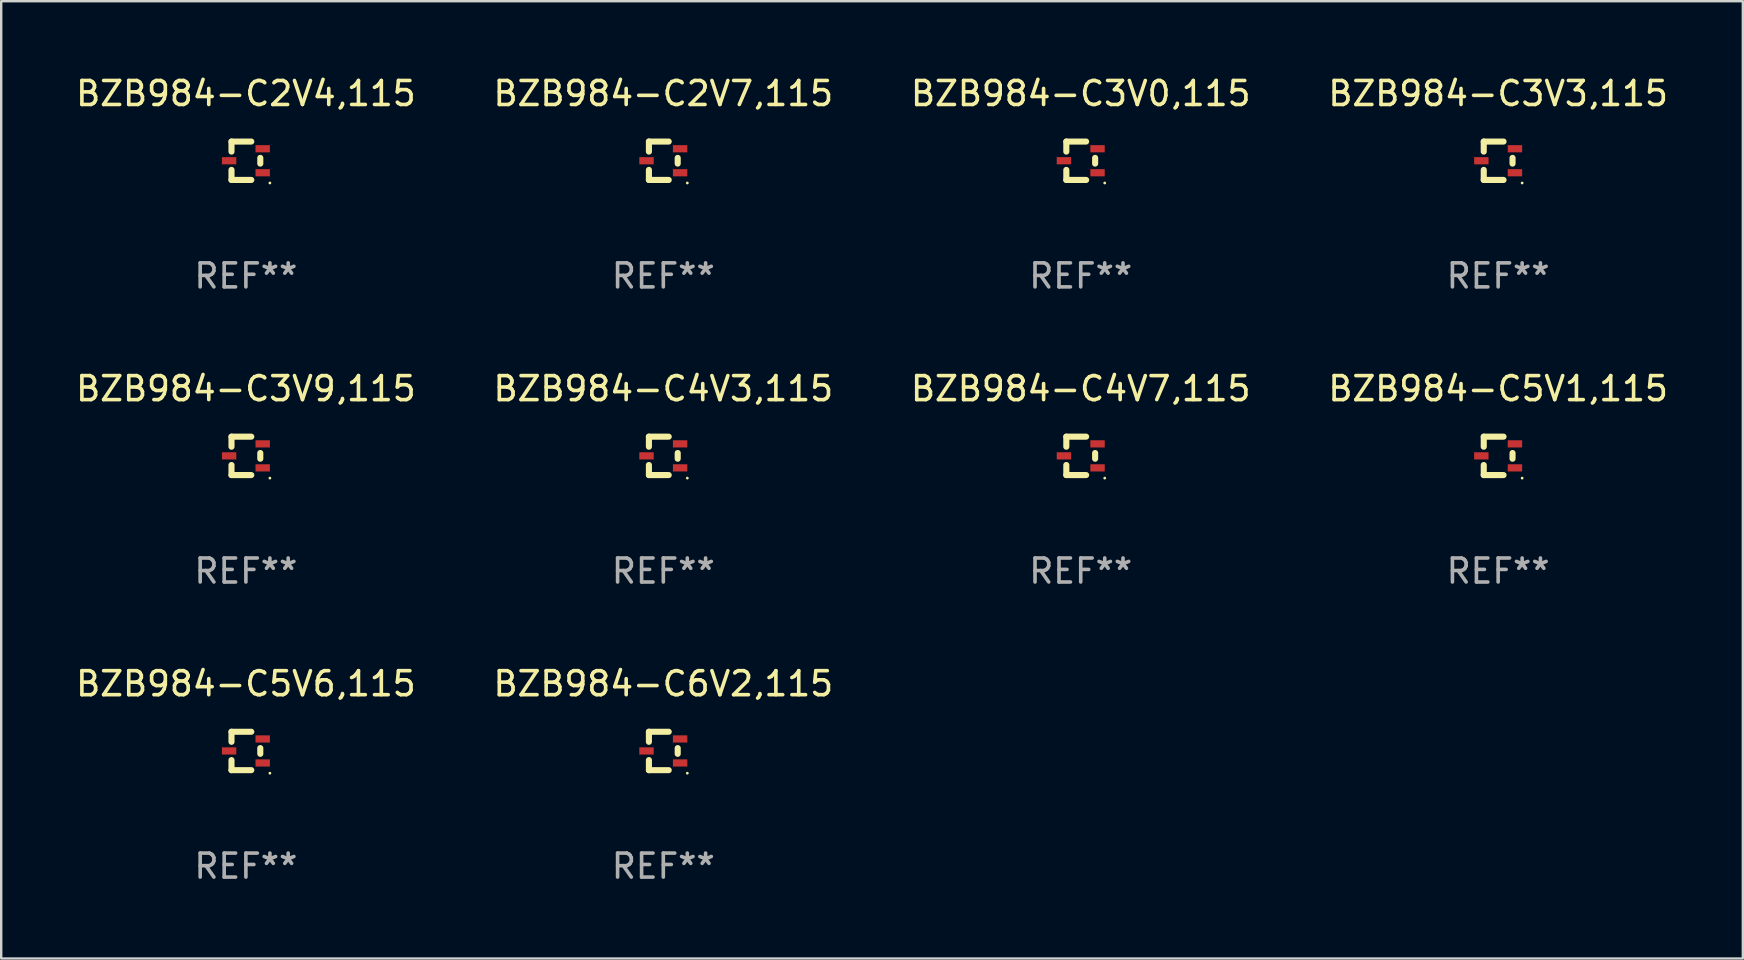
<source format=kicad_pcb>
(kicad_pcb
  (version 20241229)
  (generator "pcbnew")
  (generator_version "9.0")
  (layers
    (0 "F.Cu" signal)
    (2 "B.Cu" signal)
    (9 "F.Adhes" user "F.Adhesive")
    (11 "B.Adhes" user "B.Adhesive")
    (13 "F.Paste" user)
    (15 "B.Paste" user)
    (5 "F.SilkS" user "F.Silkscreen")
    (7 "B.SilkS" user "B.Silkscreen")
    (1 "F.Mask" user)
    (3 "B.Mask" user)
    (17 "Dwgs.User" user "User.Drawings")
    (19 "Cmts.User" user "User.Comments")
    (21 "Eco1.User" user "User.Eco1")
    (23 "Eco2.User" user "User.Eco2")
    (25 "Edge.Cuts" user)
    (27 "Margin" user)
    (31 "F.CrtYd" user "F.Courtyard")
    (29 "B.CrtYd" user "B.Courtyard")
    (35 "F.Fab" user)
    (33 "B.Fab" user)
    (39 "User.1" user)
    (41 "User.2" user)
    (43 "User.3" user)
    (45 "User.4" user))
  (footprint "BZB984-C3V3,115"
    (layer "F.Cu")
    (at 59.375 3.648)
    (property "Reference" "BZB984-C3V3,115" (at 0 -2.8 0) (layer "F.SilkS") (effects (font (size 1 1) (thickness 0.15))))
    (attr through_hole)
    (fp_line (start -0.6 -0.8) (end -0.6 -0.381) (stroke (width 0.254) (type solid)) (layer "F.SilkS"))
    (fp_line (start -0.6 -0.8) (end 0.225 -0.8) (stroke (width 0.254) (type solid)) (layer "F.SilkS"))
    (fp_line (start -0.6 0.381) (end -0.6 0.8) (stroke (width 0.254) (type solid)) (layer "F.SilkS"))
    (fp_line (start -0.6 0.8) (end 0.225 0.8) (stroke (width 0.254) (type solid)) (layer "F.SilkS"))
    (fp_line (start 0.6 -0.119) (end 0.6 0.119) (stroke (width 0.254) (type solid)) (layer "F.SilkS"))
    (fp_circle (center 1 0.927) (end 1.03 0.927) (stroke (width 0.06) (type solid)) (fill no) (layer "F.SilkS"))
    (fp_text user "REF**" (at 0 4.8 0) (layer "F.Fab") (effects (font (size 1 1) (thickness 0.15))))
    (pad "1" smd rect (at 0.7 0.5 180) (size 0.6 0.3) (layers "F.Cu" "F.Mask" "F.Paste"))
    (pad "2" smd rect (at 0.7 -0.5 180) (size 0.6 0.3) (layers "F.Cu" "F.Mask" "F.Paste"))
    (pad "3" smd rect (at -0.7 -0.000051 180) (size 0.6 0.3) (layers "F.Cu" "F.Mask" "F.Paste")))
  (footprint "BZB984-C3V0,115"
    (layer "F.Cu")
    (at 41.982 3.648)
    (property "Reference" "BZB984-C3V0,115" (at 0 -2.8 0) (layer "F.SilkS") (effects (font (size 1 1) (thickness 0.15))))
    (attr through_hole)
    (fp_line (start -0.6 -0.8) (end -0.6 -0.381) (stroke (width 0.254) (type solid)) (layer "F.SilkS"))
    (fp_line (start -0.6 -0.8) (end 0.225 -0.8) (stroke (width 0.254) (type solid)) (layer "F.SilkS"))
    (fp_line (start -0.6 0.381) (end -0.6 0.8) (stroke (width 0.254) (type solid)) (layer "F.SilkS"))
    (fp_line (start -0.6 0.8) (end 0.225 0.8) (stroke (width 0.254) (type solid)) (layer "F.SilkS"))
    (fp_line (start 0.6 -0.119) (end 0.6 0.119) (stroke (width 0.254) (type solid)) (layer "F.SilkS"))
    (fp_circle (center 1 0.927) (end 1.03 0.927) (stroke (width 0.06) (type solid)) (fill no) (layer "F.SilkS"))
    (fp_text user "REF**" (at 0 4.8 0) (layer "F.Fab") (effects (font (size 1 1) (thickness 0.15))))
    (pad "1" smd rect (at 0.7 0.5 180) (size 0.6 0.3) (layers "F.Cu" "F.Mask" "F.Paste"))
    (pad "2" smd rect (at 0.7 -0.5 180) (size 0.6 0.3) (layers "F.Cu" "F.Mask" "F.Paste"))
    (pad "3" smd rect (at -0.7 -0.000051 180) (size 0.6 0.3) (layers "F.Cu" "F.Mask" "F.Paste")))
  (footprint "BZB984-C4V3,115"
    (layer "F.Cu")
    (at 24.589 15.945)
    (property "Reference" "BZB984-C4V3,115" (at 0 -2.8 0) (layer "F.SilkS") (effects (font (size 1 1) (thickness 0.15))))
    (attr through_hole)
    (fp_line (start -0.6 -0.8) (end -0.6 -0.381) (stroke (width 0.254) (type solid)) (layer "F.SilkS"))
    (fp_line (start -0.6 -0.8) (end 0.225 -0.8) (stroke (width 0.254) (type solid)) (layer "F.SilkS"))
    (fp_line (start -0.6 0.381) (end -0.6 0.8) (stroke (width 0.254) (type solid)) (layer "F.SilkS"))
    (fp_line (start -0.6 0.8) (end 0.225 0.8) (stroke (width 0.254) (type solid)) (layer "F.SilkS"))
    (fp_line (start 0.6 -0.119) (end 0.6 0.119) (stroke (width 0.254) (type solid)) (layer "F.SilkS"))
    (fp_circle (center 1 0.927) (end 1.03 0.927) (stroke (width 0.06) (type solid)) (fill no) (layer "F.SilkS"))
    (fp_text user "REF**" (at 0 4.8 0) (layer "F.Fab") (effects (font (size 1 1) (thickness 0.15))))
    (pad "1" smd rect (at 0.7 0.5 180) (size 0.6 0.3) (layers "F.Cu" "F.Mask" "F.Paste"))
    (pad "2" smd rect (at 0.7 -0.5 180) (size 0.6 0.3) (layers "F.Cu" "F.Mask" "F.Paste"))
    (pad "3" smd rect (at -0.7 -0.000051 180) (size 0.6 0.3) (layers "F.Cu" "F.Mask" "F.Paste")))
  (footprint "BZB984-C3V9,115"
    (layer "F.Cu")
    (at 7.196 15.945)
    (property "Reference" "BZB984-C3V9,115" (at 0 -2.8 0) (layer "F.SilkS") (effects (font (size 1 1) (thickness 0.15))))
    (attr through_hole)
    (fp_line (start -0.6 -0.8) (end -0.6 -0.381) (stroke (width 0.254) (type solid)) (layer "F.SilkS"))
    (fp_line (start -0.6 -0.8) (end 0.225 -0.8) (stroke (width 0.254) (type solid)) (layer "F.SilkS"))
    (fp_line (start -0.6 0.381) (end -0.6 0.8) (stroke (width 0.254) (type solid)) (layer "F.SilkS"))
    (fp_line (start -0.6 0.8) (end 0.225 0.8) (stroke (width 0.254) (type solid)) (layer "F.SilkS"))
    (fp_line (start 0.6 -0.119) (end 0.6 0.119) (stroke (width 0.254) (type solid)) (layer "F.SilkS"))
    (fp_circle (center 1 0.927) (end 1.03 0.927) (stroke (width 0.06) (type solid)) (fill no) (layer "F.SilkS"))
    (fp_text user "REF**" (at 0 4.8 0) (layer "F.Fab") (effects (font (size 1 1) (thickness 0.15))))
    (pad "1" smd rect (at 0.7 0.5 180) (size 0.6 0.3) (layers "F.Cu" "F.Mask" "F.Paste"))
    (pad "2" smd rect (at 0.7 -0.5 180) (size 0.6 0.3) (layers "F.Cu" "F.Mask" "F.Paste"))
    (pad "3" smd rect (at -0.7 -0.000051 180) (size 0.6 0.3) (layers "F.Cu" "F.Mask" "F.Paste")))
  (footprint "BZB984-C6V2,115"
    (layer "F.Cu")
    (at 24.589 28.241)
    (property "Reference" "BZB984-C6V2,115" (at 0 -2.8 0) (layer "F.SilkS") (effects (font (size 1 1) (thickness 0.15))))
    (attr through_hole)
    (fp_line (start -0.6 -0.8) (end -0.6 -0.381) (stroke (width 0.254) (type solid)) (layer "F.SilkS"))
    (fp_line (start -0.6 -0.8) (end 0.225 -0.8) (stroke (width 0.254) (type solid)) (layer "F.SilkS"))
    (fp_line (start -0.6 0.381) (end -0.6 0.8) (stroke (width 0.254) (type solid)) (layer "F.SilkS"))
    (fp_line (start -0.6 0.8) (end 0.225 0.8) (stroke (width 0.254) (type solid)) (layer "F.SilkS"))
    (fp_line (start 0.6 -0.119) (end 0.6 0.119) (stroke (width 0.254) (type solid)) (layer "F.SilkS"))
    (fp_circle (center 1 0.927) (end 1.03 0.927) (stroke (width 0.06) (type solid)) (fill no) (layer "F.SilkS"))
    (fp_text user "REF**" (at 0 4.8 0) (layer "F.Fab") (effects (font (size 1 1) (thickness 0.15))))
    (pad "1" smd rect (at 0.7 0.5 180) (size 0.6 0.3) (layers "F.Cu" "F.Mask" "F.Paste"))
    (pad "2" smd rect (at 0.7 -0.5 180) (size 0.6 0.3) (layers "F.Cu" "F.Mask" "F.Paste"))
    (pad "3" smd rect (at -0.7 -0.000051 180) (size 0.6 0.3) (layers "F.Cu" "F.Mask" "F.Paste")))
  (footprint "BZB984-C4V7,115"
    (layer "F.Cu")
    (at 41.982 15.945)
    (property "Reference" "BZB984-C4V7,115" (at 0 -2.8 0) (layer "F.SilkS") (effects (font (size 1 1) (thickness 0.15))))
    (attr through_hole)
    (fp_line (start -0.6 -0.8) (end -0.6 -0.381) (stroke (width 0.254) (type solid)) (layer "F.SilkS"))
    (fp_line (start -0.6 -0.8) (end 0.225 -0.8) (stroke (width 0.254) (type solid)) (layer "F.SilkS"))
    (fp_line (start -0.6 0.381) (end -0.6 0.8) (stroke (width 0.254) (type solid)) (layer "F.SilkS"))
    (fp_line (start -0.6 0.8) (end 0.225 0.8) (stroke (width 0.254) (type solid)) (layer "F.SilkS"))
    (fp_line (start 0.6 -0.119) (end 0.6 0.119) (stroke (width 0.254) (type solid)) (layer "F.SilkS"))
    (fp_circle (center 1 0.927) (end 1.03 0.927) (stroke (width 0.06) (type solid)) (fill no) (layer "F.SilkS"))
    (fp_text user "REF**" (at 0 4.8 0) (layer "F.Fab") (effects (font (size 1 1) (thickness 0.15))))
    (pad "1" smd rect (at 0.7 0.5 180) (size 0.6 0.3) (layers "F.Cu" "F.Mask" "F.Paste"))
    (pad "2" smd rect (at 0.7 -0.5 180) (size 0.6 0.3) (layers "F.Cu" "F.Mask" "F.Paste"))
    (pad "3" smd rect (at -0.7 -0.000051 180) (size 0.6 0.3) (layers "F.Cu" "F.Mask" "F.Paste")))
  (footprint "BZB984-C5V6,115"
    (layer "F.Cu")
    (at 7.196 28.241)
    (property "Reference" "BZB984-C5V6,115" (at 0 -2.8 0) (layer "F.SilkS") (effects (font (size 1 1) (thickness 0.15))))
    (attr through_hole)
    (fp_line (start -0.6 -0.8) (end -0.6 -0.381) (stroke (width 0.254) (type solid)) (layer "F.SilkS"))
    (fp_line (start -0.6 -0.8) (end 0.225 -0.8) (stroke (width 0.254) (type solid)) (layer "F.SilkS"))
    (fp_line (start -0.6 0.381) (end -0.6 0.8) (stroke (width 0.254) (type solid)) (layer "F.SilkS"))
    (fp_line (start -0.6 0.8) (end 0.225 0.8) (stroke (width 0.254) (type solid)) (layer "F.SilkS"))
    (fp_line (start 0.6 -0.119) (end 0.6 0.119) (stroke (width 0.254) (type solid)) (layer "F.SilkS"))
    (fp_circle (center 1 0.927) (end 1.03 0.927) (stroke (width 0.06) (type solid)) (fill no) (layer "F.SilkS"))
    (fp_text user "REF**" (at 0 4.8 0) (layer "F.Fab") (effects (font (size 1 1) (thickness 0.15))))
    (pad "1" smd rect (at 0.7 0.5 180) (size 0.6 0.3) (layers "F.Cu" "F.Mask" "F.Paste"))
    (pad "2" smd rect (at 0.7 -0.5 180) (size 0.6 0.3) (layers "F.Cu" "F.Mask" "F.Paste"))
    (pad "3" smd rect (at -0.7 -0.000051 180) (size 0.6 0.3) (layers "F.Cu" "F.Mask" "F.Paste")))
  (footprint "BZB984-C5V1,115"
    (layer "F.Cu")
    (at 59.375 15.945)
    (property "Reference" "BZB984-C5V1,115" (at 0 -2.8 0) (layer "F.SilkS") (effects (font (size 1 1) (thickness 0.15))))
    (attr through_hole)
    (fp_line (start -0.6 -0.8) (end -0.6 -0.381) (stroke (width 0.254) (type solid)) (layer "F.SilkS"))
    (fp_line (start -0.6 -0.8) (end 0.225 -0.8) (stroke (width 0.254) (type solid)) (layer "F.SilkS"))
    (fp_line (start -0.6 0.381) (end -0.6 0.8) (stroke (width 0.254) (type solid)) (layer "F.SilkS"))
    (fp_line (start -0.6 0.8) (end 0.225 0.8) (stroke (width 0.254) (type solid)) (layer "F.SilkS"))
    (fp_line (start 0.6 -0.119) (end 0.6 0.119) (stroke (width 0.254) (type solid)) (layer "F.SilkS"))
    (fp_circle (center 1 0.927) (end 1.03 0.927) (stroke (width 0.06) (type solid)) (fill no) (layer "F.SilkS"))
    (fp_text user "REF**" (at 0 4.8 0) (layer "F.Fab") (effects (font (size 1 1) (thickness 0.15))))
    (pad "1" smd rect (at 0.7 0.5 180) (size 0.6 0.3) (layers "F.Cu" "F.Mask" "F.Paste"))
    (pad "2" smd rect (at 0.7 -0.5 180) (size 0.6 0.3) (layers "F.Cu" "F.Mask" "F.Paste"))
    (pad "3" smd rect (at -0.7 -0.000051 180) (size 0.6 0.3) (layers "F.Cu" "F.Mask" "F.Paste")))
  (footprint "BZB984-C2V7,115"
    (layer "F.Cu")
    (at 24.589 3.648)
    (property "Reference" "BZB984-C2V7,115" (at 0 -2.8 0) (layer "F.SilkS") (effects (font (size 1 1) (thickness 0.15))))
    (attr through_hole)
    (fp_line (start -0.6 -0.8) (end -0.6 -0.381) (stroke (width 0.254) (type solid)) (layer "F.SilkS"))
    (fp_line (start -0.6 -0.8) (end 0.225 -0.8) (stroke (width 0.254) (type solid)) (layer "F.SilkS"))
    (fp_line (start -0.6 0.381) (end -0.6 0.8) (stroke (width 0.254) (type solid)) (layer "F.SilkS"))
    (fp_line (start -0.6 0.8) (end 0.225 0.8) (stroke (width 0.254) (type solid)) (layer "F.SilkS"))
    (fp_line (start 0.6 -0.119) (end 0.6 0.119) (stroke (width 0.254) (type solid)) (layer "F.SilkS"))
    (fp_circle (center 1 0.927) (end 1.03 0.927) (stroke (width 0.06) (type solid)) (fill no) (layer "F.SilkS"))
    (fp_text user "REF**" (at 0 4.8 0) (layer "F.Fab") (effects (font (size 1 1) (thickness 0.15))))
    (pad "1" smd rect (at 0.7 0.5 180) (size 0.6 0.3) (layers "F.Cu" "F.Mask" "F.Paste"))
    (pad "2" smd rect (at 0.7 -0.5 180) (size 0.6 0.3) (layers "F.Cu" "F.Mask" "F.Paste"))
    (pad "3" smd rect (at -0.7 -0.000051 180) (size 0.6 0.3) (layers "F.Cu" "F.Mask" "F.Paste")))
  (footprint "BZB984-C2V4,115"
    (layer "F.Cu")
    (at 7.196 3.648)
    (property "Reference" "BZB984-C2V4,115" (at 0 -2.8 0) (layer "F.SilkS") (effects (font (size 1 1) (thickness 0.15))))
    (attr through_hole)
    (fp_line (start -0.6 -0.8) (end -0.6 -0.381) (stroke (width 0.254) (type solid)) (layer "F.SilkS"))
    (fp_line (start -0.6 -0.8) (end 0.225 -0.8) (stroke (width 0.254) (type solid)) (layer "F.SilkS"))
    (fp_line (start -0.6 0.381) (end -0.6 0.8) (stroke (width 0.254) (type solid)) (layer "F.SilkS"))
    (fp_line (start -0.6 0.8) (end 0.225 0.8) (stroke (width 0.254) (type solid)) (layer "F.SilkS"))
    (fp_line (start 0.6 -0.119) (end 0.6 0.119) (stroke (width 0.254) (type solid)) (layer "F.SilkS"))
    (fp_circle (center 1 0.927) (end 1.03 0.927) (stroke (width 0.06) (type solid)) (fill no) (layer "F.SilkS"))
    (fp_text user "REF**" (at 0 4.8 0) (layer "F.Fab") (effects (font (size 1 1) (thickness 0.15))))
    (pad "1" smd rect (at 0.7 0.5 180) (size 0.6 0.3) (layers "F.Cu" "F.Mask" "F.Paste"))
    (pad "2" smd rect (at 0.7 -0.5 180) (size 0.6 0.3) (layers "F.Cu" "F.Mask" "F.Paste"))
    (pad "3" smd rect (at -0.7 -0.000051 180) (size 0.6 0.3) (layers "F.Cu" "F.Mask" "F.Paste")))
  (gr_rect
    (start -3 -3)
    (end 69.571 36.889)
    (stroke (width 0.1) (type default))
    (fill no)
    (layer "Edge.Cuts")))
</source>
